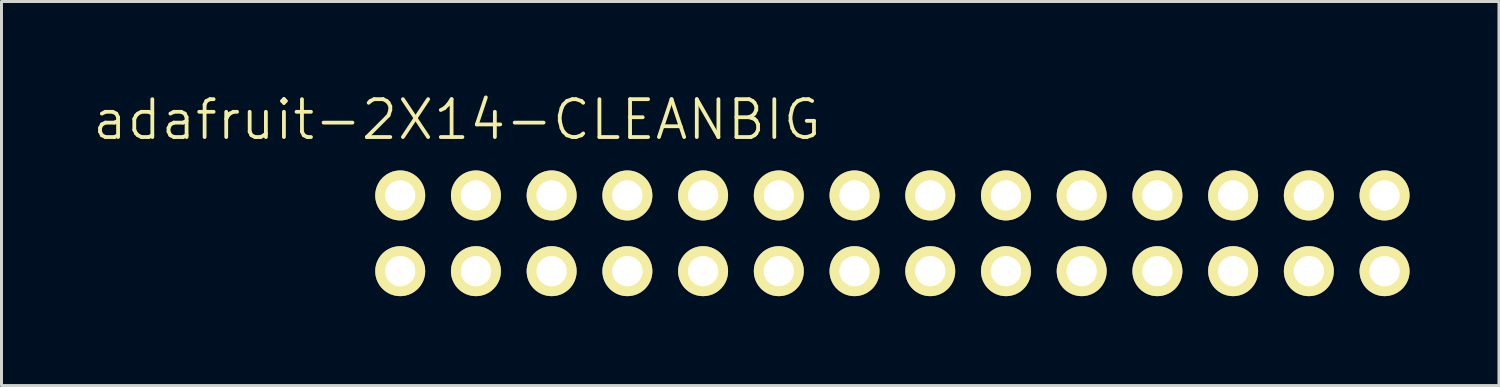
<source format=kicad_pcb>
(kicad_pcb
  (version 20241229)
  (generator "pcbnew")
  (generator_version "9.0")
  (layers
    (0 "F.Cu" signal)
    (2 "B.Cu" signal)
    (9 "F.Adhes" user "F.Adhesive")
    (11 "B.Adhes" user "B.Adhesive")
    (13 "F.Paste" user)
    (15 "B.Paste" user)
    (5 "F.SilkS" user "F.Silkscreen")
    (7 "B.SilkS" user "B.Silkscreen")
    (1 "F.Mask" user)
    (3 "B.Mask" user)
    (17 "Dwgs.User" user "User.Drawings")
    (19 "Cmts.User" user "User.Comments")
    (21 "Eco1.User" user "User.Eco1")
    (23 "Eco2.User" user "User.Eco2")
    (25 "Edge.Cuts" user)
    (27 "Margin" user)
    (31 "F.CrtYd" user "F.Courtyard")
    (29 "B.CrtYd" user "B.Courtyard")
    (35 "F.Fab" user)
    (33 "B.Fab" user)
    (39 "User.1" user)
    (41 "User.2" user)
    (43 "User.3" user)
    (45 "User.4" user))
  (footprint "adafruit-2X14-CLEANBIG"
    (layer "F.Cu")
    (at 26.885 4.776)
    (property "Reference" "adafruit-2X14-CLEANBIG" (at -14.605 -3.81 0) (layer "F.SilkS") (effects (font (size 1.27 1.27) (thickness 0.127))))
    (attr exclude_from_pos_files exclude_from_bom)
    (fp_line (start -16.764 -1.524) (end -16.256 -1.524) (stroke (width 0.066) (type solid)) (layer "F.SilkS"))
    (fp_line (start -16.764 -1.016) (end -16.764 -1.524) (stroke (width 0.066) (type solid)) (layer "F.SilkS"))
    (fp_line (start -16.764 -1.016) (end -16.256 -1.016) (stroke (width 0.066) (type solid)) (layer "F.SilkS"))
    (fp_line (start -16.764 1.016) (end -16.256 1.016) (stroke (width 0.066) (type solid)) (layer "F.SilkS"))
    (fp_line (start -16.764 1.524) (end -16.764 1.016) (stroke (width 0.066) (type solid)) (layer "F.SilkS"))
    (fp_line (start -16.764 1.524) (end -16.256 1.524) (stroke (width 0.066) (type solid)) (layer "F.SilkS"))
    (fp_line (start -16.256 -1.016) (end -16.256 -1.524) (stroke (width 0.066) (type solid)) (layer "F.SilkS"))
    (fp_line (start -16.256 1.524) (end -16.256 1.016) (stroke (width 0.066) (type solid)) (layer "F.SilkS"))
    (fp_line (start -14.224 -1.524) (end -13.716 -1.524) (stroke (width 0.066) (type solid)) (layer "F.SilkS"))
    (fp_line (start -14.224 -1.016) (end -14.224 -1.524) (stroke (width 0.066) (type solid)) (layer "F.SilkS"))
    (fp_line (start -14.224 -1.016) (end -13.716 -1.016) (stroke (width 0.066) (type solid)) (layer "F.SilkS"))
    (fp_line (start -14.224 1.016) (end -13.716 1.016) (stroke (width 0.066) (type solid)) (layer "F.SilkS"))
    (fp_line (start -14.224 1.524) (end -14.224 1.016) (stroke (width 0.066) (type solid)) (layer "F.SilkS"))
    (fp_line (start -14.224 1.524) (end -13.716 1.524) (stroke (width 0.066) (type solid)) (layer "F.SilkS"))
    (fp_line (start -13.716 -1.016) (end -13.716 -1.524) (stroke (width 0.066) (type solid)) (layer "F.SilkS"))
    (fp_line (start -13.716 1.524) (end -13.716 1.016) (stroke (width 0.066) (type solid)) (layer "F.SilkS"))
    (fp_line (start -11.684 -1.524) (end -11.176 -1.524) (stroke (width 0.066) (type solid)) (layer "F.SilkS"))
    (fp_line (start -11.684 -1.016) (end -11.684 -1.524) (stroke (width 0.066) (type solid)) (layer "F.SilkS"))
    (fp_line (start -11.684 -1.016) (end -11.176 -1.016) (stroke (width 0.066) (type solid)) (layer "F.SilkS"))
    (fp_line (start -11.684 1.016) (end -11.176 1.016) (stroke (width 0.066) (type solid)) (layer "F.SilkS"))
    (fp_line (start -11.684 1.524) (end -11.684 1.016) (stroke (width 0.066) (type solid)) (layer "F.SilkS"))
    (fp_line (start -11.684 1.524) (end -11.176 1.524) (stroke (width 0.066) (type solid)) (layer "F.SilkS"))
    (fp_line (start -11.176 -1.016) (end -11.176 -1.524) (stroke (width 0.066) (type solid)) (layer "F.SilkS"))
    (fp_line (start -11.176 1.524) (end -11.176 1.016) (stroke (width 0.066) (type solid)) (layer "F.SilkS"))
    (fp_line (start -9.144 -1.524) (end -8.636 -1.524) (stroke (width 0.066) (type solid)) (layer "F.SilkS"))
    (fp_line (start -9.144 -1.016) (end -9.144 -1.524) (stroke (width 0.066) (type solid)) (layer "F.SilkS"))
    (fp_line (start -9.144 -1.016) (end -8.636 -1.016) (stroke (width 0.066) (type solid)) (layer "F.SilkS"))
    (fp_line (start -9.144 1.016) (end -8.636 1.016) (stroke (width 0.066) (type solid)) (layer "F.SilkS"))
    (fp_line (start -9.144 1.524) (end -9.144 1.016) (stroke (width 0.066) (type solid)) (layer "F.SilkS"))
    (fp_line (start -9.144 1.524) (end -8.636 1.524) (stroke (width 0.066) (type solid)) (layer "F.SilkS"))
    (fp_line (start -8.636 -1.016) (end -8.636 -1.524) (stroke (width 0.066) (type solid)) (layer "F.SilkS"))
    (fp_line (start -8.636 1.524) (end -8.636 1.016) (stroke (width 0.066) (type solid)) (layer "F.SilkS"))
    (fp_line (start -6.604 -1.524) (end -6.096 -1.524) (stroke (width 0.066) (type solid)) (layer "F.SilkS"))
    (fp_line (start -6.604 -1.016) (end -6.604 -1.524) (stroke (width 0.066) (type solid)) (layer "F.SilkS"))
    (fp_line (start -6.604 -1.016) (end -6.096 -1.016) (stroke (width 0.066) (type solid)) (layer "F.SilkS"))
    (fp_line (start -6.604 1.016) (end -6.096 1.016) (stroke (width 0.066) (type solid)) (layer "F.SilkS"))
    (fp_line (start -6.604 1.524) (end -6.604 1.016) (stroke (width 0.066) (type solid)) (layer "F.SilkS"))
    (fp_line (start -6.604 1.524) (end -6.096 1.524) (stroke (width 0.066) (type solid)) (layer "F.SilkS"))
    (fp_line (start -6.096 -1.016) (end -6.096 -1.524) (stroke (width 0.066) (type solid)) (layer "F.SilkS"))
    (fp_line (start -6.096 1.524) (end -6.096 1.016) (stroke (width 0.066) (type solid)) (layer "F.SilkS"))
    (fp_line (start -4.064 -1.524) (end -3.556 -1.524) (stroke (width 0.066) (type solid)) (layer "F.SilkS"))
    (fp_line (start -4.064 -1.016) (end -4.064 -1.524) (stroke (width 0.066) (type solid)) (layer "F.SilkS"))
    (fp_line (start -4.064 -1.016) (end -3.556 -1.016) (stroke (width 0.066) (type solid)) (layer "F.SilkS"))
    (fp_line (start -4.064 1.016) (end -3.556 1.016) (stroke (width 0.066) (type solid)) (layer "F.SilkS"))
    (fp_line (start -4.064 1.524) (end -4.064 1.016) (stroke (width 0.066) (type solid)) (layer "F.SilkS"))
    (fp_line (start -4.064 1.524) (end -3.556 1.524) (stroke (width 0.066) (type solid)) (layer "F.SilkS"))
    (fp_line (start -3.556 -1.016) (end -3.556 -1.524) (stroke (width 0.066) (type solid)) (layer "F.SilkS"))
    (fp_line (start -3.556 1.524) (end -3.556 1.016) (stroke (width 0.066) (type solid)) (layer "F.SilkS"))
    (fp_line (start -1.524 -1.524) (end -1.016 -1.524) (stroke (width 0.066) (type solid)) (layer "F.SilkS"))
    (fp_line (start -1.524 -1.016) (end -1.524 -1.524) (stroke (width 0.066) (type solid)) (layer "F.SilkS"))
    (fp_line (start -1.524 -1.016) (end -1.016 -1.016) (stroke (width 0.066) (type solid)) (layer "F.SilkS"))
    (fp_line (start -1.524 1.016) (end -1.016 1.016) (stroke (width 0.066) (type solid)) (layer "F.SilkS"))
    (fp_line (start -1.524 1.524) (end -1.524 1.016) (stroke (width 0.066) (type solid)) (layer "F.SilkS"))
    (fp_line (start -1.524 1.524) (end -1.016 1.524) (stroke (width 0.066) (type solid)) (layer "F.SilkS"))
    (fp_line (start -1.016 -1.016) (end -1.016 -1.524) (stroke (width 0.066) (type solid)) (layer "F.SilkS"))
    (fp_line (start -1.016 1.524) (end -1.016 1.016) (stroke (width 0.066) (type solid)) (layer "F.SilkS"))
    (fp_line (start 1.016 -1.524) (end 1.524 -1.524) (stroke (width 0.066) (type solid)) (layer "F.SilkS"))
    (fp_line (start 1.016 -1.016) (end 1.016 -1.524) (stroke (width 0.066) (type solid)) (layer "F.SilkS"))
    (fp_line (start 1.016 -1.016) (end 1.524 -1.016) (stroke (width 0.066) (type solid)) (layer "F.SilkS"))
    (fp_line (start 1.016 1.016) (end 1.524 1.016) (stroke (width 0.066) (type solid)) (layer "F.SilkS"))
    (fp_line (start 1.016 1.524) (end 1.016 1.016) (stroke (width 0.066) (type solid)) (layer "F.SilkS"))
    (fp_line (start 1.016 1.524) (end 1.524 1.524) (stroke (width 0.066) (type solid)) (layer "F.SilkS"))
    (fp_line (start 1.524 -1.016) (end 1.524 -1.524) (stroke (width 0.066) (type solid)) (layer "F.SilkS"))
    (fp_line (start 1.524 1.524) (end 1.524 1.016) (stroke (width 0.066) (type solid)) (layer "F.SilkS"))
    (fp_line (start 3.556 -1.524) (end 4.064 -1.524) (stroke (width 0.066) (type solid)) (layer "F.SilkS"))
    (fp_line (start 3.556 -1.016) (end 3.556 -1.524) (stroke (width 0.066) (type solid)) (layer "F.SilkS"))
    (fp_line (start 3.556 -1.016) (end 4.064 -1.016) (stroke (width 0.066) (type solid)) (layer "F.SilkS"))
    (fp_line (start 3.556 1.016) (end 4.064 1.016) (stroke (width 0.066) (type solid)) (layer "F.SilkS"))
    (fp_line (start 3.556 1.524) (end 3.556 1.016) (stroke (width 0.066) (type solid)) (layer "F.SilkS"))
    (fp_line (start 3.556 1.524) (end 4.064 1.524) (stroke (width 0.066) (type solid)) (layer "F.SilkS"))
    (fp_line (start 4.064 -1.016) (end 4.064 -1.524) (stroke (width 0.066) (type solid)) (layer "F.SilkS"))
    (fp_line (start 4.064 1.524) (end 4.064 1.016) (stroke (width 0.066) (type solid)) (layer "F.SilkS"))
    (fp_line (start 6.096 -1.524) (end 6.604 -1.524) (stroke (width 0.066) (type solid)) (layer "F.SilkS"))
    (fp_line (start 6.096 -1.016) (end 6.096 -1.524) (stroke (width 0.066) (type solid)) (layer "F.SilkS"))
    (fp_line (start 6.096 -1.016) (end 6.604 -1.016) (stroke (width 0.066) (type solid)) (layer "F.SilkS"))
    (fp_line (start 6.096 1.016) (end 6.604 1.016) (stroke (width 0.066) (type solid)) (layer "F.SilkS"))
    (fp_line (start 6.096 1.524) (end 6.096 1.016) (stroke (width 0.066) (type solid)) (layer "F.SilkS"))
    (fp_line (start 6.096 1.524) (end 6.604 1.524) (stroke (width 0.066) (type solid)) (layer "F.SilkS"))
    (fp_line (start 6.604 -1.016) (end 6.604 -1.524) (stroke (width 0.066) (type solid)) (layer "F.SilkS"))
    (fp_line (start 6.604 1.524) (end 6.604 1.016) (stroke (width 0.066) (type solid)) (layer "F.SilkS"))
    (fp_line (start 8.636 -1.524) (end 9.144 -1.524) (stroke (width 0.066) (type solid)) (layer "F.SilkS"))
    (fp_line (start 8.636 -1.016) (end 8.636 -1.524) (stroke (width 0.066) (type solid)) (layer "F.SilkS"))
    (fp_line (start 8.636 -1.016) (end 9.144 -1.016) (stroke (width 0.066) (type solid)) (layer "F.SilkS"))
    (fp_line (start 8.636 1.016) (end 9.144 1.016) (stroke (width 0.066) (type solid)) (layer "F.SilkS"))
    (fp_line (start 8.636 1.524) (end 8.636 1.016) (stroke (width 0.066) (type solid)) (layer "F.SilkS"))
    (fp_line (start 8.636 1.524) (end 9.144 1.524) (stroke (width 0.066) (type solid)) (layer "F.SilkS"))
    (fp_line (start 9.144 -1.016) (end 9.144 -1.524) (stroke (width 0.066) (type solid)) (layer "F.SilkS"))
    (fp_line (start 9.144 1.524) (end 9.144 1.016) (stroke (width 0.066) (type solid)) (layer "F.SilkS"))
    (fp_line (start 11.176 -1.524) (end 11.684 -1.524) (stroke (width 0.066) (type solid)) (layer "F.SilkS"))
    (fp_line (start 11.176 -1.016) (end 11.176 -1.524) (stroke (width 0.066) (type solid)) (layer "F.SilkS"))
    (fp_line (start 11.176 -1.016) (end 11.684 -1.016) (stroke (width 0.066) (type solid)) (layer "F.SilkS"))
    (fp_line (start 11.176 1.016) (end 11.684 1.016) (stroke (width 0.066) (type solid)) (layer "F.SilkS"))
    (fp_line (start 11.176 1.524) (end 11.176 1.016) (stroke (width 0.066) (type solid)) (layer "F.SilkS"))
    (fp_line (start 11.176 1.524) (end 11.684 1.524) (stroke (width 0.066) (type solid)) (layer "F.SilkS"))
    (fp_line (start 11.684 -1.016) (end 11.684 -1.524) (stroke (width 0.066) (type solid)) (layer "F.SilkS"))
    (fp_line (start 11.684 1.524) (end 11.684 1.016) (stroke (width 0.066) (type solid)) (layer "F.SilkS"))
    (fp_line (start 13.716 -1.524) (end 14.224 -1.524) (stroke (width 0.066) (type solid)) (layer "F.SilkS"))
    (fp_line (start 13.716 -1.016) (end 13.716 -1.524) (stroke (width 0.066) (type solid)) (layer "F.SilkS"))
    (fp_line (start 13.716 -1.016) (end 14.224 -1.016) (stroke (width 0.066) (type solid)) (layer "F.SilkS"))
    (fp_line (start 13.716 1.016) (end 14.224 1.016) (stroke (width 0.066) (type solid)) (layer "F.SilkS"))
    (fp_line (start 13.716 1.524) (end 13.716 1.016) (stroke (width 0.066) (type solid)) (layer "F.SilkS"))
    (fp_line (start 13.716 1.524) (end 14.224 1.524) (stroke (width 0.066) (type solid)) (layer "F.SilkS"))
    (fp_line (start 14.224 -1.016) (end 14.224 -1.524) (stroke (width 0.066) (type solid)) (layer "F.SilkS"))
    (fp_line (start 14.224 1.524) (end 14.224 1.016) (stroke (width 0.066) (type solid)) (layer "F.SilkS"))
    (fp_line (start 16.256 -1.524) (end 16.764 -1.524) (stroke (width 0.066) (type solid)) (layer "F.SilkS"))
    (fp_line (start 16.256 -1.016) (end 16.256 -1.524) (stroke (width 0.066) (type solid)) (layer "F.SilkS"))
    (fp_line (start 16.256 -1.016) (end 16.764 -1.016) (stroke (width 0.066) (type solid)) (layer "F.SilkS"))
    (fp_line (start 16.256 1.016) (end 16.764 1.016) (stroke (width 0.066) (type solid)) (layer "F.SilkS"))
    (fp_line (start 16.256 1.524) (end 16.256 1.016) (stroke (width 0.066) (type solid)) (layer "F.SilkS"))
    (fp_line (start 16.256 1.524) (end 16.764 1.524) (stroke (width 0.066) (type solid)) (layer "F.SilkS"))
    (fp_line (start 16.764 -1.016) (end 16.764 -1.524) (stroke (width 0.066) (type solid)) (layer "F.SilkS"))
    (fp_line (start 16.764 1.524) (end 16.764 1.016) (stroke (width 0.066) (type solid)) (layer "F.SilkS"))
    (pad "1" thru_hole circle (at -16.51 1.27) (size 1.676 1.676) (drill 1.016) (layers "*.Cu" "F.Mask" "F.SilkS" "F.Paste"))
    (pad "2" thru_hole circle (at -16.51 -1.27) (size 1.676 1.676) (drill 1.016) (layers "*.Cu" "F.Mask" "F.SilkS" "F.Paste"))
    (pad "3" thru_hole circle (at -13.97 1.27) (size 1.676 1.676) (drill 1.016) (layers "*.Cu" "F.Mask" "F.SilkS" "F.Paste"))
    (pad "4" thru_hole circle (at -13.97 -1.27) (size 1.676 1.676) (drill 1.016) (layers "*.Cu" "F.Mask" "F.SilkS" "F.Paste"))
    (pad "5" thru_hole circle (at -11.43 1.27) (size 1.676 1.676) (drill 1.016) (layers "*.Cu" "F.Mask" "F.SilkS" "F.Paste"))
    (pad "6" thru_hole circle (at -11.43 -1.27) (size 1.676 1.676) (drill 1.016) (layers "*.Cu" "F.Mask" "F.SilkS" "F.Paste"))
    (pad "7" thru_hole circle (at -8.89 1.27) (size 1.676 1.676) (drill 1.016) (layers "*.Cu" "F.Mask" "F.SilkS" "F.Paste"))
    (pad "8" thru_hole circle (at -8.89 -1.27) (size 1.676 1.676) (drill 1.016) (layers "*.Cu" "F.Mask" "F.SilkS" "F.Paste"))
    (pad "9" thru_hole circle (at -6.35 1.27) (size 1.676 1.676) (drill 1.016) (layers "*.Cu" "F.Mask" "F.SilkS" "F.Paste"))
    (pad "10" thru_hole circle (at -6.35 -1.27) (size 1.676 1.676) (drill 1.016) (layers "*.Cu" "F.Mask" "F.SilkS" "F.Paste"))
    (pad "11" thru_hole circle (at -3.81 1.27) (size 1.676 1.676) (drill 1.016) (layers "*.Cu" "F.Mask" "F.SilkS" "F.Paste"))
    (pad "12" thru_hole circle (at -3.81 -1.27) (size 1.676 1.676) (drill 1.016) (layers "*.Cu" "F.Mask" "F.SilkS" "F.Paste"))
    (pad "13" thru_hole circle (at -1.27 1.27) (size 1.676 1.676) (drill 1.016) (layers "*.Cu" "F.Mask" "F.SilkS" "F.Paste"))
    (pad "14" thru_hole circle (at -1.27 -1.27) (size 1.676 1.676) (drill 1.016) (layers "*.Cu" "F.Mask" "F.SilkS" "F.Paste"))
    (pad "15" thru_hole circle (at 1.27 1.27) (size 1.676 1.676) (drill 1.016) (layers "*.Cu" "F.Mask" "F.SilkS" "F.Paste"))
    (pad "16" thru_hole circle (at 1.27 -1.27) (size 1.676 1.676) (drill 1.016) (layers "*.Cu" "F.Mask" "F.SilkS" "F.Paste"))
    (pad "17" thru_hole circle (at 3.81 1.27) (size 1.676 1.676) (drill 1.016) (layers "*.Cu" "F.Mask" "F.SilkS" "F.Paste"))
    (pad "18" thru_hole circle (at 3.81 -1.27) (size 1.676 1.676) (drill 1.016) (layers "*.Cu" "F.Mask" "F.SilkS" "F.Paste"))
    (pad "19" thru_hole circle (at 6.35 1.27) (size 1.676 1.676) (drill 1.016) (layers "*.Cu" "F.Mask" "F.SilkS" "F.Paste"))
    (pad "20" thru_hole circle (at 6.35 -1.27) (size 1.676 1.676) (drill 1.016) (layers "*.Cu" "F.Mask" "F.SilkS" "F.Paste"))
    (pad "21" thru_hole circle (at 8.89 1.27) (size 1.676 1.676) (drill 1.016) (layers "*.Cu" "F.Mask" "F.SilkS" "F.Paste"))
    (pad "22" thru_hole circle (at 8.89 -1.27) (size 1.676 1.676) (drill 1.016) (layers "*.Cu" "F.Mask" "F.SilkS" "F.Paste"))
    (pad "23" thru_hole circle (at 11.43 1.27) (size 1.676 1.676) (drill 1.016) (layers "*.Cu" "F.Mask" "F.SilkS" "F.Paste"))
    (pad "24" thru_hole circle (at 11.43 -1.27) (size 1.676 1.676) (drill 1.016) (layers "*.Cu" "F.Mask" "F.SilkS" "F.Paste"))
    (pad "25" thru_hole circle (at 13.97 1.27) (size 1.676 1.676) (drill 1.016) (layers "*.Cu" "F.Mask" "F.SilkS" "F.Paste"))
    (pad "26" thru_hole circle (at 13.97 -1.27) (size 1.676 1.676) (drill 1.016) (layers "*.Cu" "F.Mask" "F.SilkS" "F.Paste"))
    (pad "27" thru_hole circle (at 16.51 1.27) (size 1.676 1.676) (drill 1.016) (layers "*.Cu" "F.Mask" "F.SilkS" "F.Paste"))
    (pad "28" thru_hole circle (at 16.51 -1.27) (size 1.676 1.676) (drill 1.016) (layers "*.Cu" "F.Mask" "F.SilkS" "F.Paste")))
  (gr_rect
    (start -3 -3)
    (end 47.233 9.884)
    (stroke (width 0.1) (type default))
    (fill no)
    (layer "Edge.Cuts")))
</source>
